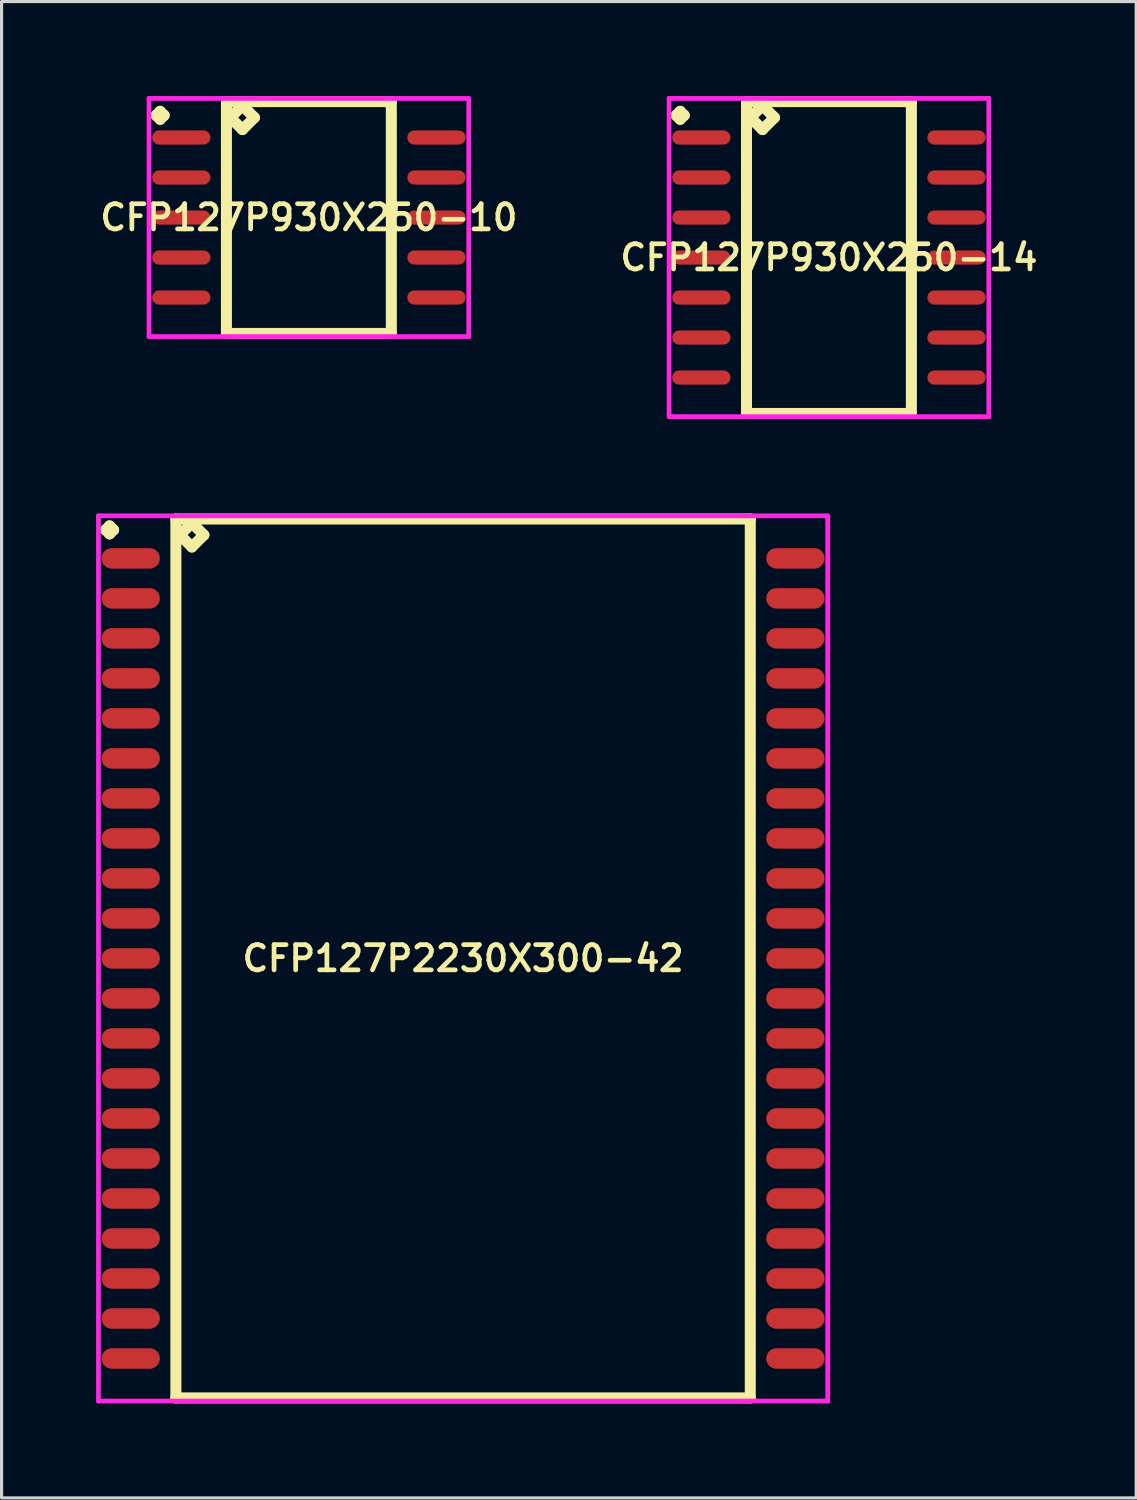
<source format=kicad_pcb>
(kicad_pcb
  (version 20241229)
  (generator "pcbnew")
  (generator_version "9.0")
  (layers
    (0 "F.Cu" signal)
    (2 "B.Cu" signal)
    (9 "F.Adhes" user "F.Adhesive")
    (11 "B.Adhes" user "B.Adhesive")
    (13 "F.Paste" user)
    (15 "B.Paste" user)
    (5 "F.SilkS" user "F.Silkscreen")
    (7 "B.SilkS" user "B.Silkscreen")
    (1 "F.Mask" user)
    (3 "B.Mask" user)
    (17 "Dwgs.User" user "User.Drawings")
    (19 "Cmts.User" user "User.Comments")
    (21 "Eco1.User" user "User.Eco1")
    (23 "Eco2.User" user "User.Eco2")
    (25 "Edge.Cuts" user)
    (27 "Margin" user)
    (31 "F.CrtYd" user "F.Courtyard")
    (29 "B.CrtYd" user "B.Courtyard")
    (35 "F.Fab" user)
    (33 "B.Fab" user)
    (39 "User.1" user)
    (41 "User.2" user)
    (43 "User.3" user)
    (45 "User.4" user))
  (footprint "CFP127P930X250-14"
    (layer "F.Cu")
    (at 23.264 5.125)
    (property "Reference" "CFP127P930X250-14" (at 0 0 0) (layer "F.SilkS") (effects (font (size 0.8 0.8) (thickness 0.15))))
    (attr smd)
    (fp_line (start -4.848 -4.514) (end -4.721 -4.641) (stroke (width 0.35) (type solid)) (layer "F.SilkS"))
    (fp_line (start -4.721 -4.641) (end -4.594 -4.514) (stroke (width 0.35) (type solid)) (layer "F.SilkS"))
    (fp_line (start -4.721 -4.387) (end -4.848 -4.514) (stroke (width 0.35) (type solid)) (layer "F.SilkS"))
    (fp_line (start -4.594 -4.514) (end -4.721 -4.387) (stroke (width 0.35) (type solid)) (layer "F.SilkS"))
    (fp_line (start -2.617 -4.95) (end -2.617 4.95) (stroke (width 0.35) (type solid)) (layer "F.SilkS"))
    (fp_line (start -2.617 4.95) (end 2.617 4.95) (stroke (width 0.35) (type solid)) (layer "F.SilkS"))
    (fp_line (start -2.49 -4.442) (end -2.109 -4.823) (stroke (width 0.35) (type solid)) (layer "F.SilkS"))
    (fp_line (start -2.109 -4.823) (end -1.728 -4.442) (stroke (width 0.35) (type solid)) (layer "F.SilkS"))
    (fp_line (start -2.109 -4.061) (end -2.49 -4.442) (stroke (width 0.35) (type solid)) (layer "F.SilkS"))
    (fp_line (start -1.728 -4.442) (end -2.109 -4.061) (stroke (width 0.35) (type solid)) (layer "F.SilkS"))
    (fp_line (start 2.617 -4.95) (end -2.617 -4.95) (stroke (width 0.35) (type solid)) (layer "F.SilkS"))
    (fp_line (start 2.617 4.95) (end 2.617 -4.95) (stroke (width 0.35) (type solid)) (layer "F.SilkS"))
    (fp_line (start -5.075 -5.05) (end 5.075 -5.05) (stroke (width 0.15) (type solid)) (layer "F.CrtYd"))
    (fp_line (start -5.075 5.05) (end -5.075 -5.05) (stroke (width 0.15) (type solid)) (layer "F.CrtYd"))
    (fp_line (start 5.075 -5.05) (end 5.075 5.05) (stroke (width 0.15) (type solid)) (layer "F.CrtYd"))
    (fp_line (start 5.075 5.05) (end -5.075 5.05) (stroke (width 0.15) (type solid)) (layer "F.CrtYd"))
    (pad "1" smd oval (at -4.05 -3.81) (size 1.85 0.45) (layers "F.Cu" "F.Mask" "F.Paste"))
    (pad "2" smd oval (at -4.05 -2.54) (size 1.85 0.45) (layers "F.Cu" "F.Mask" "F.Paste"))
    (pad "3" smd oval (at -4.05 -1.27) (size 1.85 0.45) (layers "F.Cu" "F.Mask" "F.Paste"))
    (pad "4" smd oval (at -4.05 0) (size 1.85 0.45) (layers "F.Cu" "F.Mask" "F.Paste"))
    (pad "5" smd oval (at -4.05 1.27) (size 1.85 0.45) (layers "F.Cu" "F.Mask" "F.Paste"))
    (pad "6" smd oval (at -4.05 2.54) (size 1.85 0.45) (layers "F.Cu" "F.Mask" "F.Paste"))
    (pad "7" smd oval (at -4.05 3.81) (size 1.85 0.45) (layers "F.Cu" "F.Mask" "F.Paste"))
    (pad "8" smd oval (at 4.05 3.81) (size 1.85 0.45) (layers "F.Cu" "F.Mask" "F.Paste"))
    (pad "9" smd oval (at 4.05 2.54) (size 1.85 0.45) (layers "F.Cu" "F.Mask" "F.Paste"))
    (pad "10" smd oval (at 4.05 1.27) (size 1.85 0.45) (layers "F.Cu" "F.Mask" "F.Paste"))
    (pad "11" smd oval (at 4.05 0) (size 1.85 0.45) (layers "F.Cu" "F.Mask" "F.Paste"))
    (pad "12" smd oval (at 4.05 -1.27) (size 1.85 0.45) (layers "F.Cu" "F.Mask" "F.Paste"))
    (pad "13" smd oval (at 4.05 -2.54) (size 1.85 0.45) (layers "F.Cu" "F.Mask" "F.Paste"))
    (pad "14" smd oval (at 4.05 -3.81) (size 1.85 0.45) (layers "F.Cu" "F.Mask" "F.Paste")))
  (footprint "CFP127P2230X300-42"
    (layer "F.Cu")
    (at 11.65 27.375)
    (property "Reference" "CFP127P2230X300-42" (at 0 0 0) (layer "F.SilkS") (effects (font (size 0.8 0.8) (thickness 0.15))))
    (attr smd)
    (fp_line (start -11.348 -13.604) (end -11.221 -13.731) (stroke (width 0.35) (type solid)) (layer "F.SilkS"))
    (fp_line (start -11.221 -13.731) (end -11.094 -13.604) (stroke (width 0.35) (type solid)) (layer "F.SilkS"))
    (fp_line (start -11.221 -13.477) (end -11.348 -13.604) (stroke (width 0.35) (type solid)) (layer "F.SilkS"))
    (fp_line (start -11.094 -13.604) (end -11.221 -13.477) (stroke (width 0.35) (type solid)) (layer "F.SilkS"))
    (fp_line (start -9.117 -13.95) (end -9.117 13.95) (stroke (width 0.35) (type solid)) (layer "F.SilkS"))
    (fp_line (start -9.117 13.95) (end 9.117 13.95) (stroke (width 0.35) (type solid)) (layer "F.SilkS"))
    (fp_line (start -8.99 -13.442) (end -8.609 -13.823) (stroke (width 0.35) (type solid)) (layer "F.SilkS"))
    (fp_line (start -8.609 -13.823) (end -8.228 -13.442) (stroke (width 0.35) (type solid)) (layer "F.SilkS"))
    (fp_line (start -8.609 -13.061) (end -8.99 -13.442) (stroke (width 0.35) (type solid)) (layer "F.SilkS"))
    (fp_line (start -8.228 -13.442) (end -8.609 -13.061) (stroke (width 0.35) (type solid)) (layer "F.SilkS"))
    (fp_line (start 9.117 -13.95) (end -9.117 -13.95) (stroke (width 0.35) (type solid)) (layer "F.SilkS"))
    (fp_line (start 9.117 13.95) (end 9.117 -13.95) (stroke (width 0.35) (type solid)) (layer "F.SilkS"))
    (fp_line (start -11.575 -14.05) (end 11.575 -14.05) (stroke (width 0.15) (type solid)) (layer "F.CrtYd"))
    (fp_line (start -11.575 14.05) (end -11.575 -14.05) (stroke (width 0.15) (type solid)) (layer "F.CrtYd"))
    (fp_line (start 11.575 -14.05) (end 11.575 14.05) (stroke (width 0.15) (type solid)) (layer "F.CrtYd"))
    (fp_line (start 11.575 14.05) (end -11.575 14.05) (stroke (width 0.15) (type solid)) (layer "F.CrtYd"))
    (pad "1" smd oval (at -10.55 -12.7) (size 1.85 0.65) (layers "F.Cu" "F.Mask" "F.Paste"))
    (pad "2" smd oval (at -10.55 -11.43) (size 1.85 0.65) (layers "F.Cu" "F.Mask" "F.Paste"))
    (pad "3" smd oval (at -10.55 -10.16) (size 1.85 0.65) (layers "F.Cu" "F.Mask" "F.Paste"))
    (pad "4" smd oval (at -10.55 -8.89) (size 1.85 0.65) (layers "F.Cu" "F.Mask" "F.Paste"))
    (pad "5" smd oval (at -10.55 -7.62) (size 1.85 0.65) (layers "F.Cu" "F.Mask" "F.Paste"))
    (pad "6" smd oval (at -10.55 -6.35) (size 1.85 0.65) (layers "F.Cu" "F.Mask" "F.Paste"))
    (pad "7" smd oval (at -10.55 -5.08) (size 1.85 0.65) (layers "F.Cu" "F.Mask" "F.Paste"))
    (pad "8" smd oval (at -10.55 -3.81) (size 1.85 0.65) (layers "F.Cu" "F.Mask" "F.Paste"))
    (pad "9" smd oval (at -10.55 -2.54) (size 1.85 0.65) (layers "F.Cu" "F.Mask" "F.Paste"))
    (pad "10" smd oval (at -10.55 -1.27) (size 1.85 0.65) (layers "F.Cu" "F.Mask" "F.Paste"))
    (pad "11" smd oval (at -10.55 0) (size 1.85 0.65) (layers "F.Cu" "F.Mask" "F.Paste"))
    (pad "12" smd oval (at -10.55 1.27) (size 1.85 0.65) (layers "F.Cu" "F.Mask" "F.Paste"))
    (pad "13" smd oval (at -10.55 2.54) (size 1.85 0.65) (layers "F.Cu" "F.Mask" "F.Paste"))
    (pad "14" smd oval (at -10.55 3.81) (size 1.85 0.65) (layers "F.Cu" "F.Mask" "F.Paste"))
    (pad "15" smd oval (at -10.55 5.08) (size 1.85 0.65) (layers "F.Cu" "F.Mask" "F.Paste"))
    (pad "16" smd oval (at -10.55 6.35) (size 1.85 0.65) (layers "F.Cu" "F.Mask" "F.Paste"))
    (pad "17" smd oval (at -10.55 7.62) (size 1.85 0.65) (layers "F.Cu" "F.Mask" "F.Paste"))
    (pad "18" smd oval (at -10.55 8.89) (size 1.85 0.65) (layers "F.Cu" "F.Mask" "F.Paste"))
    (pad "19" smd oval (at -10.55 10.16) (size 1.85 0.65) (layers "F.Cu" "F.Mask" "F.Paste"))
    (pad "20" smd oval (at -10.55 11.43) (size 1.85 0.65) (layers "F.Cu" "F.Mask" "F.Paste"))
    (pad "21" smd oval (at -10.55 12.7) (size 1.85 0.65) (layers "F.Cu" "F.Mask" "F.Paste"))
    (pad "22" smd oval (at 10.55 12.7) (size 1.85 0.65) (layers "F.Cu" "F.Mask" "F.Paste"))
    (pad "23" smd oval (at 10.55 11.43) (size 1.85 0.65) (layers "F.Cu" "F.Mask" "F.Paste"))
    (pad "24" smd oval (at 10.55 10.16) (size 1.85 0.65) (layers "F.Cu" "F.Mask" "F.Paste"))
    (pad "25" smd oval (at 10.55 8.89) (size 1.85 0.65) (layers "F.Cu" "F.Mask" "F.Paste"))
    (pad "26" smd oval (at 10.55 7.62) (size 1.85 0.65) (layers "F.Cu" "F.Mask" "F.Paste"))
    (pad "27" smd oval (at 10.55 6.35) (size 1.85 0.65) (layers "F.Cu" "F.Mask" "F.Paste"))
    (pad "28" smd oval (at 10.55 5.08) (size 1.85 0.65) (layers "F.Cu" "F.Mask" "F.Paste"))
    (pad "29" smd oval (at 10.55 3.81) (size 1.85 0.65) (layers "F.Cu" "F.Mask" "F.Paste"))
    (pad "30" smd oval (at 10.55 2.54) (size 1.85 0.65) (layers "F.Cu" "F.Mask" "F.Paste"))
    (pad "31" smd oval (at 10.55 1.27) (size 1.85 0.65) (layers "F.Cu" "F.Mask" "F.Paste"))
    (pad "32" smd oval (at 10.55 0) (size 1.85 0.65) (layers "F.Cu" "F.Mask" "F.Paste"))
    (pad "33" smd oval (at 10.55 -1.27) (size 1.85 0.65) (layers "F.Cu" "F.Mask" "F.Paste"))
    (pad "34" smd oval (at 10.55 -2.54) (size 1.85 0.65) (layers "F.Cu" "F.Mask" "F.Paste"))
    (pad "35" smd oval (at 10.55 -3.81) (size 1.85 0.65) (layers "F.Cu" "F.Mask" "F.Paste"))
    (pad "36" smd oval (at 10.55 -5.08) (size 1.85 0.65) (layers "F.Cu" "F.Mask" "F.Paste"))
    (pad "37" smd oval (at 10.55 -6.35) (size 1.85 0.65) (layers "F.Cu" "F.Mask" "F.Paste"))
    (pad "38" smd oval (at 10.55 -7.62) (size 1.85 0.65) (layers "F.Cu" "F.Mask" "F.Paste"))
    (pad "39" smd oval (at 10.55 -8.89) (size 1.85 0.65) (layers "F.Cu" "F.Mask" "F.Paste"))
    (pad "40" smd oval (at 10.55 -10.16) (size 1.85 0.65) (layers "F.Cu" "F.Mask" "F.Paste"))
    (pad "41" smd oval (at 10.55 -11.43) (size 1.85 0.65) (layers "F.Cu" "F.Mask" "F.Paste"))
    (pad "42" smd oval (at 10.55 -12.7) (size 1.85 0.65) (layers "F.Cu" "F.Mask" "F.Paste")))
  (footprint "CFP127P930X250-10"
    (layer "F.Cu")
    (at 6.755 3.855)
    (property "Reference" "CFP127P930X250-10" (at 0 0 0) (layer "F.SilkS") (effects (font (size 0.8 0.8) (thickness 0.15))))
    (attr smd)
    (fp_line (start -4.848 -3.244) (end -4.721 -3.371) (stroke (width 0.35) (type solid)) (layer "F.SilkS"))
    (fp_line (start -4.721 -3.371) (end -4.594 -3.244) (stroke (width 0.35) (type solid)) (layer "F.SilkS"))
    (fp_line (start -4.721 -3.117) (end -4.848 -3.244) (stroke (width 0.35) (type solid)) (layer "F.SilkS"))
    (fp_line (start -4.594 -3.244) (end -4.721 -3.117) (stroke (width 0.35) (type solid)) (layer "F.SilkS"))
    (fp_line (start -2.617 -3.68) (end -2.617 3.68) (stroke (width 0.35) (type solid)) (layer "F.SilkS"))
    (fp_line (start -2.617 3.68) (end 2.617 3.68) (stroke (width 0.35) (type solid)) (layer "F.SilkS"))
    (fp_line (start -2.49 -3.172) (end -2.109 -3.553) (stroke (width 0.35) (type solid)) (layer "F.SilkS"))
    (fp_line (start -2.109 -3.553) (end -1.728 -3.172) (stroke (width 0.35) (type solid)) (layer "F.SilkS"))
    (fp_line (start -2.109 -2.791) (end -2.49 -3.172) (stroke (width 0.35) (type solid)) (layer "F.SilkS"))
    (fp_line (start -1.728 -3.172) (end -2.109 -2.791) (stroke (width 0.35) (type solid)) (layer "F.SilkS"))
    (fp_line (start 2.617 -3.68) (end -2.617 -3.68) (stroke (width 0.35) (type solid)) (layer "F.SilkS"))
    (fp_line (start 2.617 3.68) (end 2.617 -3.68) (stroke (width 0.35) (type solid)) (layer "F.SilkS"))
    (fp_line (start -5.075 -3.78) (end 5.075 -3.78) (stroke (width 0.15) (type solid)) (layer "F.CrtYd"))
    (fp_line (start -5.075 3.78) (end -5.075 -3.78) (stroke (width 0.15) (type solid)) (layer "F.CrtYd"))
    (fp_line (start 5.075 -3.78) (end 5.075 3.78) (stroke (width 0.15) (type solid)) (layer "F.CrtYd"))
    (fp_line (start 5.075 3.78) (end -5.075 3.78) (stroke (width 0.15) (type solid)) (layer "F.CrtYd"))
    (pad "1" smd oval (at -4.05 -2.54) (size 1.85 0.45) (layers "F.Cu" "F.Mask" "F.Paste"))
    (pad "2" smd oval (at -4.05 -1.27) (size 1.85 0.45) (layers "F.Cu" "F.Mask" "F.Paste"))
    (pad "3" smd oval (at -4.05 0) (size 1.85 0.45) (layers "F.Cu" "F.Mask" "F.Paste"))
    (pad "4" smd oval (at -4.05 1.27) (size 1.85 0.45) (layers "F.Cu" "F.Mask" "F.Paste"))
    (pad "5" smd oval (at -4.05 2.54) (size 1.85 0.45) (layers "F.Cu" "F.Mask" "F.Paste"))
    (pad "6" smd oval (at 4.05 2.54) (size 1.85 0.45) (layers "F.Cu" "F.Mask" "F.Paste"))
    (pad "7" smd oval (at 4.05 1.27) (size 1.85 0.45) (layers "F.Cu" "F.Mask" "F.Paste"))
    (pad "8" smd oval (at 4.05 0) (size 1.85 0.45) (layers "F.Cu" "F.Mask" "F.Paste"))
    (pad "9" smd oval (at 4.05 -1.27) (size 1.85 0.45) (layers "F.Cu" "F.Mask" "F.Paste"))
    (pad "10" smd oval (at 4.05 -2.54) (size 1.85 0.45) (layers "F.Cu" "F.Mask" "F.Paste")))
  (gr_rect
    (start -3 -3)
    (end 33.018 44.5)
    (stroke (width 0.1) (type default))
    (fill no)
    (layer "Edge.Cuts")))
</source>
